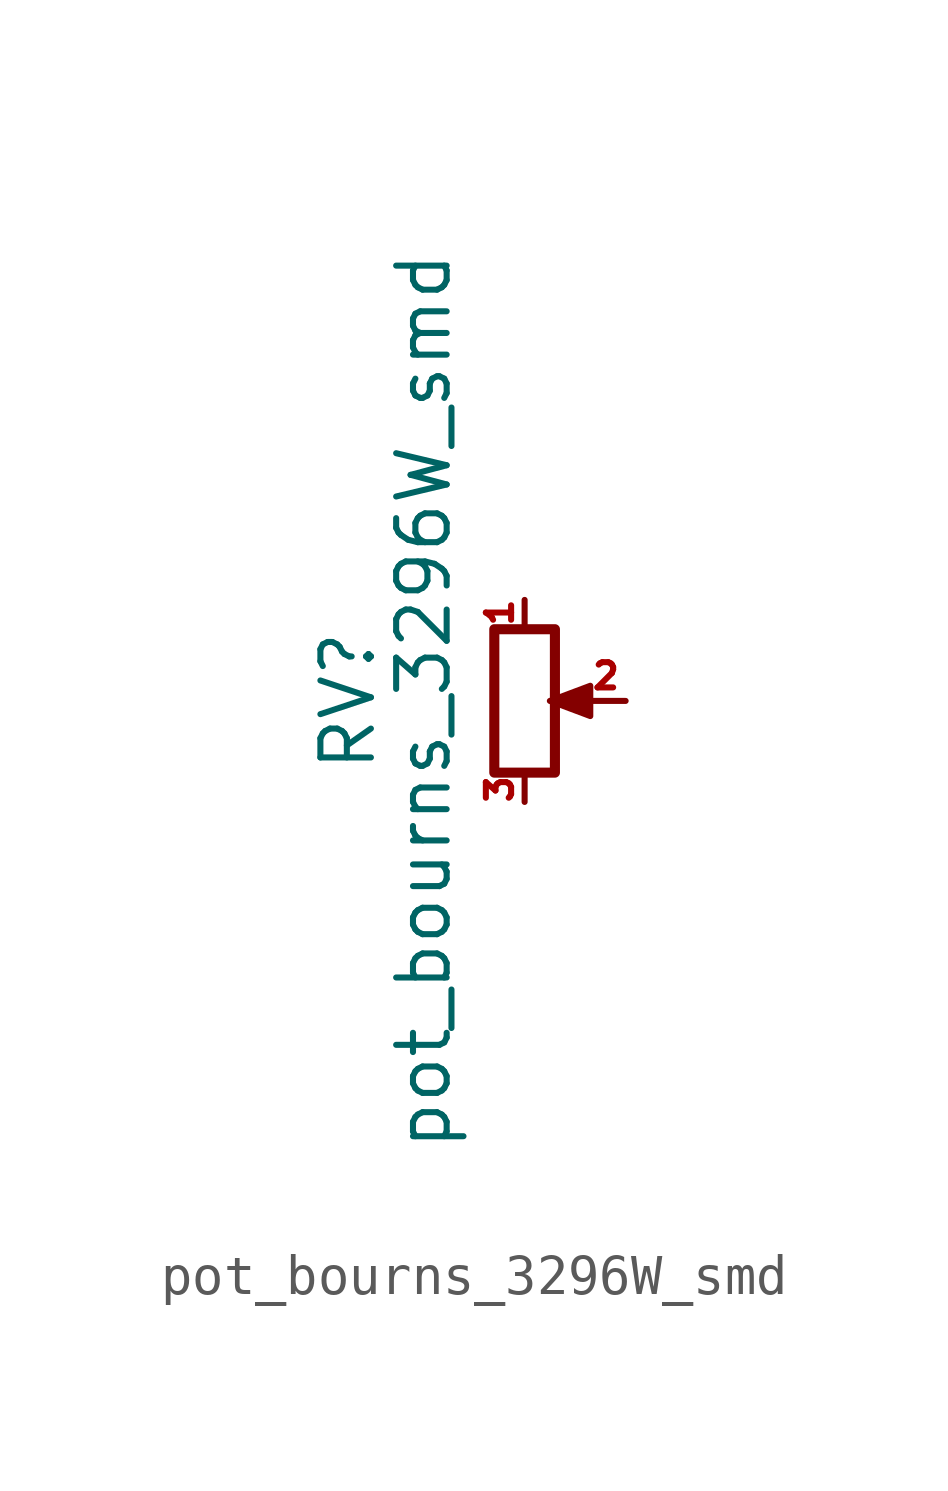
<source format=kicad_sym>
(kicad_symbol_lib
  (version 20211014)
  (generator kicad_symbol_editor)
  (symbol "pot_bourns_3296W_smd"
    (pin_names
      (offset 1.016) hide)
    (property "Reference" "RV"
      (at -4.445 0 90)
      (effects (font (size 1.27 1.27))))
    (property "Value" "pot_bourns_3296W_smd"
      (at -2.54 0 90)
      (effects (font (size 1.27 1.27))))
    (symbol "pot_bourns_3296W_smd_0_1"
      (polyline (pts (xy 0.889 0) (xy 0.635 0) (xy 1.651 0.381) (xy 1.651 -0.381) (xy 0.635 0) (xy 0.889 0)) (stroke (width 0) (type default) (color 0 0 0 0)) (fill (type outline)))
      (rectangle (start 0.762 1.803) (end -0.762 -1.803) (stroke (width 0.254) (type default) (color 0 0 0 0)) (fill (type none))))
    (symbol "pot_bourns_3296W_smd_1_1"
      (pin passive line (at 0 2.54 270) (length 0.635) (name "1" (effects (font (size 0.635 0.635)))) (number "1" (effects (font (size 0.635 0.635)))))
      (pin passive line (at 2.54 0 180) (length 0.991) (name "2" (effects (font (size 0.635 0.635)))) (number "2" (effects (font (size 0.635 0.635)))))
      (pin passive line (at 0 -2.54 90) (length 0.635) (name "3" (effects (font (size 0.635 0.635)))) (number "3" (effects (font (size 0.635 0.635))))))))
</source>
